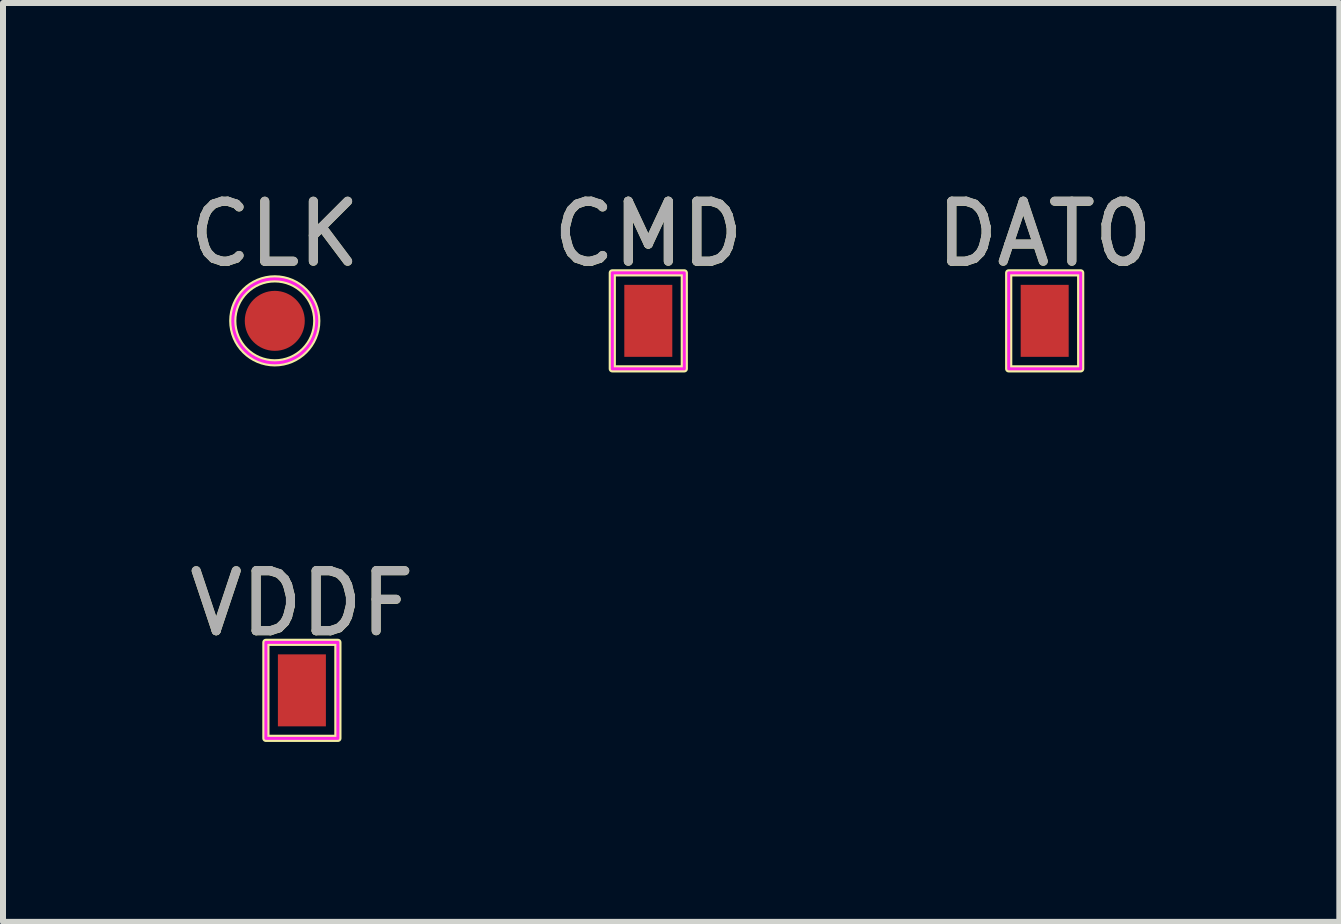
<source format=kicad_pcb>
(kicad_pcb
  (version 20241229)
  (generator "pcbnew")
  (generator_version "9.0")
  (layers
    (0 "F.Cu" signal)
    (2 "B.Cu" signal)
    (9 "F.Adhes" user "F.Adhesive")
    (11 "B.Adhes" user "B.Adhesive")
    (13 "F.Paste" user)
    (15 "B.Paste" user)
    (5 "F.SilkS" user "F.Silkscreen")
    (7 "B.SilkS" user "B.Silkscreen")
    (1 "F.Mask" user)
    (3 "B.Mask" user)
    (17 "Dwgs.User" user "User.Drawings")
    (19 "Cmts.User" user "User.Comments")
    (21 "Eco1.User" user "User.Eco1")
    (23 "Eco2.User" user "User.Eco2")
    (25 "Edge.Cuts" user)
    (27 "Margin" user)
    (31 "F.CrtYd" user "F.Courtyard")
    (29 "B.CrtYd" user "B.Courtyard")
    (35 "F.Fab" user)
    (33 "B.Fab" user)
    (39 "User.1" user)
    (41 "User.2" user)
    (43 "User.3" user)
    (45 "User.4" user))
  (footprint "VDDF"
    (layer "F.Cu")
    (at 1.982 8.457)
    (property "Reference" "VDDF" (at 0 -1.448 0) (layer "F.SilkS") (effects (font (size 1 1) (thickness 0.15))))
    (attr exclude_from_pos_files exclude_from_bom)
    (fp_rect (start -0.6 -0.8) (end 0.6 0.8) (stroke (width 0.12) (type default)) (fill no) (layer "F.SilkS"))
    (fp_rect (start -0.6 -0.8) (end 0.6 0.8) (stroke (width 0.05) (type default)) (fill no) (layer "F.CrtYd"))
    (fp_text user "${REFERENCE}" (at 0 -1.45 0) (layer "F.Fab") (effects (font (size 1 1) (thickness 0.15))))
    (pad "VDDF" smd rect (at 0 0) (size 0.8 1.2) (layers "F.Cu" "F.Mask")))
  (footprint "CMD"
    (layer "F.Cu")
    (at 7.756 2.298)
    (property "Reference" "CMD" (at 0 -1.448 0) (layer "F.SilkS") (effects (font (size 1 1) (thickness 0.15))))
    (attr exclude_from_pos_files exclude_from_bom)
    (fp_rect (start -0.6 -0.8) (end 0.6 0.8) (stroke (width 0.12) (type default)) (fill no) (layer "F.SilkS"))
    (fp_rect (start -0.6 -0.8) (end 0.6 0.8) (stroke (width 0.05) (type default)) (fill no) (layer "F.CrtYd"))
    (fp_text user "${REFERENCE}" (at 0 -1.45 0) (layer "F.Fab") (effects (font (size 1 1) (thickness 0.15))))
    (pad "CMD" smd rect (at 0 0) (size 0.8 1.2) (layers "F.Cu" "F.Mask")))
  (footprint "DAT0"
    (layer "F.Cu")
    (at 14.363 2.298)
    (property "Reference" "DAT0" (at 0 -1.448 0) (layer "F.SilkS") (effects (font (size 1 1) (thickness 0.15))))
    (attr exclude_from_pos_files exclude_from_bom)
    (fp_rect (start -0.6 -0.8) (end 0.6 0.8) (stroke (width 0.12) (type default)) (fill no) (layer "F.SilkS"))
    (fp_rect (start -0.6 -0.8) (end 0.6 0.8) (stroke (width 0.05) (type default)) (fill no) (layer "F.CrtYd"))
    (fp_text user "${REFERENCE}" (at 0 -1.45 0) (layer "F.Fab") (effects (font (size 1 1) (thickness 0.15))))
    (pad "DAT0" smd rect (at 0 0) (size 0.8 1.2) (layers "F.Cu" "F.Mask")))
  (footprint "CLK"
    (layer "F.Cu")
    (at 1.53 2.298)
    (property "Reference" "CLK" (at 0 -1.448 0) (layer "F.SilkS") (effects (font (size 1 1) (thickness 0.15))))
    (attr exclude_from_pos_files exclude_from_bom)
    (fp_circle (center 0 0) (end 0 0.7) (stroke (width 0.12) (type solid)) (fill no) (layer "F.SilkS"))
    (fp_circle (center 0 0) (end 0.7 0) (stroke (width 0.05) (type solid)) (fill no) (layer "F.CrtYd"))
    (fp_text user "${REFERENCE}" (at 0 -1.45 0) (layer "F.Fab") (effects (font (size 1 1) (thickness 0.15))))
    (pad "CLK" smd circle (at 0 0) (size 1 1) (layers "F.Cu" "F.Mask")))
  (gr_rect
    (start -3 -3)
    (end 19.274 12.316)
    (stroke (width 0.1) (type default))
    (fill no)
    (layer "Edge.Cuts")))
</source>
